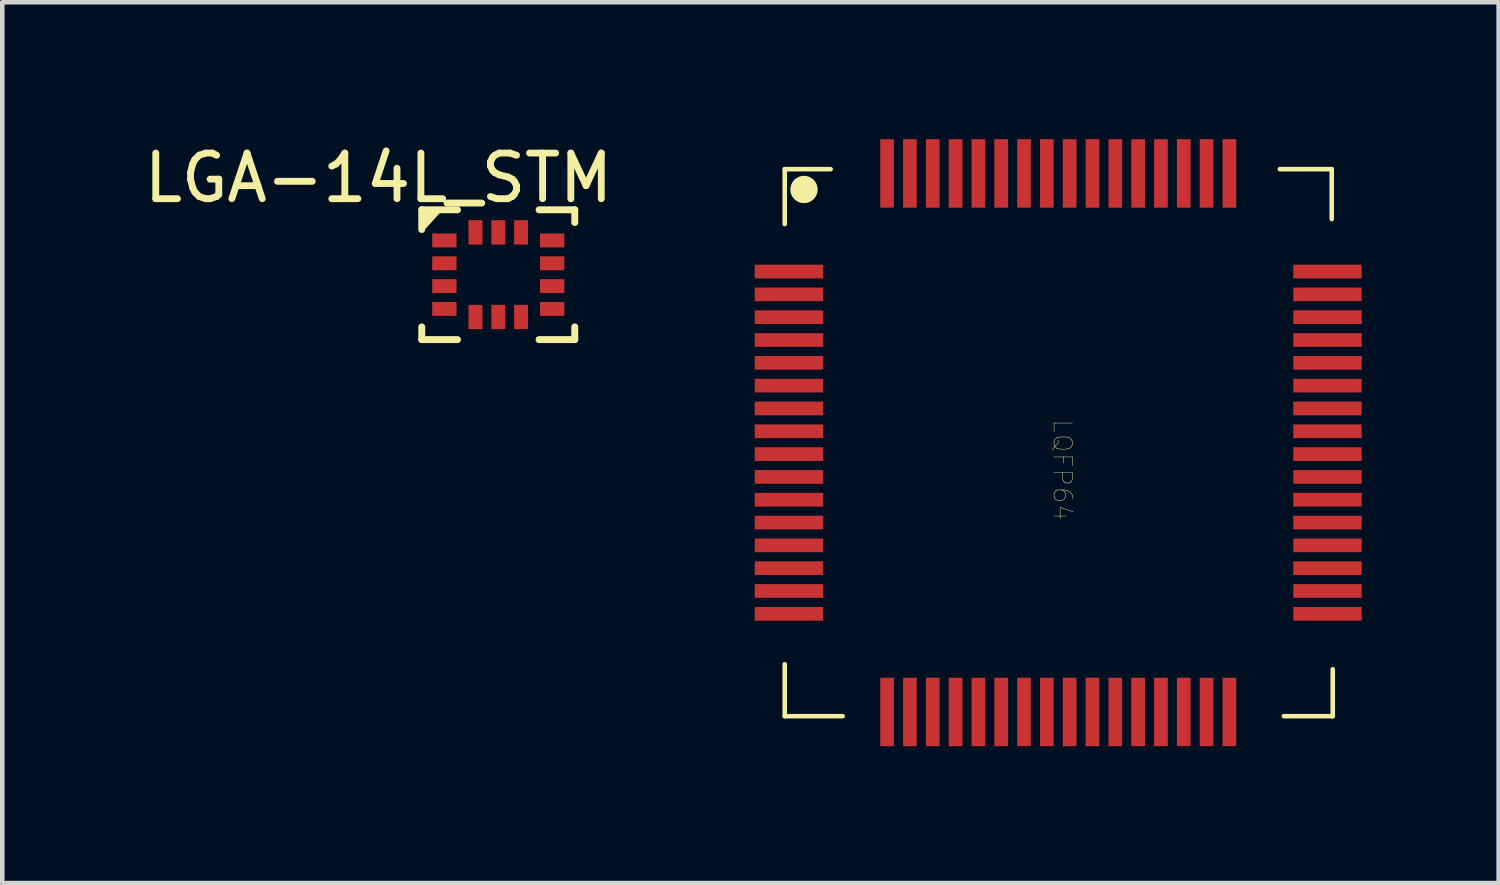
<source format=kicad_pcb>
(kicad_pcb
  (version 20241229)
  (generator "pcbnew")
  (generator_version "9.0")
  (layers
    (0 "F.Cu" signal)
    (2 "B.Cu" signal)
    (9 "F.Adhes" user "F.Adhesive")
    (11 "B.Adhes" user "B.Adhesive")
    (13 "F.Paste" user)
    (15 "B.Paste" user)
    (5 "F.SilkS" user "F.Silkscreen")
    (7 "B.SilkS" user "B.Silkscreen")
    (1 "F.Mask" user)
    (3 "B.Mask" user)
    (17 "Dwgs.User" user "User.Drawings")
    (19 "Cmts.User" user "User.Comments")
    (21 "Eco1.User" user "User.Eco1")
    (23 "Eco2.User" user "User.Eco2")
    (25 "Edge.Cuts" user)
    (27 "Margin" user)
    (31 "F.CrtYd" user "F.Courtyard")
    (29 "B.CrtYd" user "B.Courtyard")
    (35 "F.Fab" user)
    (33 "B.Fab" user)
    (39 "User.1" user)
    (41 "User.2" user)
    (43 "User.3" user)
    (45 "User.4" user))
  (footprint "LGA-14L_STM"
    (layer "F.Cu")
    (at 7.868 2.969)
    (property "Reference" "LGA-14L_STM" (at -2.624 -2.12 0) (unlocked yes) (layer "F.SilkS") (effects (font (size 1 1) (thickness 0.15))))
    (attr smd)
    (fp_line (start -1.676 -1.422) (end -1.677 -0.99) (stroke (width 0.152) (type solid)) (layer "F.SilkS"))
    (fp_line (start -1.676 1.144) (end -1.676 1.422) (stroke (width 0.152) (type solid)) (layer "F.SilkS"))
    (fp_line (start -1.676 1.422) (end -0.894 1.422) (stroke (width 0.152) (type solid)) (layer "F.SilkS"))
    (fp_line (start -0.894 -1.422) (end -1.676 -1.422) (stroke (width 0.152) (type solid)) (layer "F.SilkS"))
    (fp_line (start 0.894 1.422) (end 1.676 1.422) (stroke (width 0.152) (type solid)) (layer "F.SilkS"))
    (fp_line (start 1.676 -1.422) (end 0.894 -1.422) (stroke (width 0.152) (type solid)) (layer "F.SilkS"))
    (fp_line (start 1.676 -1.144) (end 1.676 -1.422) (stroke (width 0.152) (type solid)) (layer "F.SilkS"))
    (fp_line (start 1.676 1.422) (end 1.676 1.144) (stroke (width 0.152) (type solid)) (layer "F.SilkS"))
    (fp_poly (pts (xy -1.676 -1.422) (xy -1.285 -1.422) (xy -1.677 -0.99)) (stroke (width 0.1) (type solid)) (fill yes) (layer "F.SilkS"))
    (pad "1" smd rect (at -1.181 -0.75 90) (size 0.305 0.533) (layers "F.Cu" "F.Mask" "F.Paste"))
    (pad "2" smd rect (at -1.181 -0.25 90) (size 0.305 0.533) (layers "F.Cu" "F.Mask" "F.Paste"))
    (pad "3" smd rect (at -1.181 0.25 90) (size 0.305 0.533) (layers "F.Cu" "F.Mask" "F.Paste"))
    (pad "4" smd rect (at -1.181 0.75 90) (size 0.305 0.533) (layers "F.Cu" "F.Mask" "F.Paste"))
    (pad "5" smd rect (at -0.5 0.927) (size 0.305 0.533) (layers "F.Cu" "F.Mask" "F.Paste"))
    (pad "6" smd rect (at 0 0.927) (size 0.305 0.533) (layers "F.Cu" "F.Mask" "F.Paste"))
    (pad "7" smd rect (at 0.5 0.927) (size 0.305 0.533) (layers "F.Cu" "F.Mask" "F.Paste"))
    (pad "8" smd rect (at 1.181 0.75 90) (size 0.305 0.533) (layers "F.Cu" "F.Mask" "F.Paste"))
    (pad "9" smd rect (at 1.181 0.25 90) (size 0.305 0.533) (layers "F.Cu" "F.Mask" "F.Paste"))
    (pad "10" smd rect (at 1.181 -0.25 90) (size 0.305 0.533) (layers "F.Cu" "F.Mask" "F.Paste"))
    (pad "11" smd rect (at 1.181 -0.75 90) (size 0.305 0.533) (layers "F.Cu" "F.Mask" "F.Paste"))
    (pad "12" smd rect (at 0.5 -0.927) (size 0.305 0.533) (layers "F.Cu" "F.Mask" "F.Paste"))
    (pad "13" smd rect (at 0 -0.927) (size 0.305 0.533) (layers "F.Cu" "F.Mask" "F.Paste"))
    (pad "14" smd rect (at -0.5 -0.927) (size 0.305 0.533) (layers "F.Cu" "F.Mask" "F.Paste")))
  (footprint "LQFP64"
    (layer "F.Cu")
    (at 20.138 6.65)
    (property "Reference" "LQFP64" (at -0.141 -0.532 270) (unlocked yes) (layer "F.SilkS") (effects (font (size 0.4 0.4) (thickness 0.01)) (justify left bottom)))
    (fp_line (start -5.993 -5.993) (end -4.987 -5.993) (stroke (width 0.1) (type default)) (layer "F.SilkS"))
    (fp_line (start -5.993 -4.79) (end -5.993 -5.993) (stroke (width 0.1) (type default)) (layer "F.SilkS"))
    (fp_line (start -5.993 4.855) (end -5.993 5.993) (stroke (width 0.1) (type default)) (layer "F.SilkS"))
    (fp_line (start -5.993 5.993) (end -4.724 5.993) (stroke (width 0.1) (type default)) (layer "F.SilkS"))
    (fp_line (start 4.855 -5.993) (end 5.993 -5.993) (stroke (width 0.1) (type default)) (layer "F.SilkS"))
    (fp_line (start 5.993 -5.993) (end 5.993 -4.899) (stroke (width 0.1) (type default)) (layer "F.SilkS"))
    (fp_line (start 6.015 4.965) (end 6.015 5.993) (stroke (width 0.1) (type default)) (layer "F.SilkS"))
    (fp_line (start 6.015 5.993) (end 4.943 5.993) (stroke (width 0.1) (type default)) (layer "F.SilkS"))
    (fp_circle (center -5.571 -5.548) (end -5.321 -5.548) (stroke (width 0.1) (type solid)) (fill yes) (layer "F.SilkS"))
    (fp_line (start -6 -6) (end -6 6) (stroke (width 0.05) (type solid)) (layer "User.5"))
    (fp_line (start -6 6) (end -6 6) (stroke (width 0.05) (type solid)) (layer "User.5"))
    (fp_line (start -6 -6) (end 6 -6) (stroke (width 0.05) (type solid)) (layer "User.5"))
    (fp_line (start -6 6) (end 6 6) (stroke (width 0.05) (type solid)) (layer "User.5"))
    (fp_line (start 6 -6) (end 6 6) (stroke (width 0.05) (type solid)) (layer "User.5"))
    (fp_text user "32" (at 4.913 5.438 270) (unlocked yes) (layer "User.5") (effects (font (face "Arial") (size 0.315 0.315) (thickness 0.254)) (justify left bottom)))
    (fp_text user "33" (at 5.523 4.498 270) (unlocked yes) (layer "User.5") (effects (font (face "Arial") (size 0.315 0.315) (thickness 0.254)) (justify left bottom)))
    (fp_text user "1" (at -5.78 -5.001 270) (unlocked yes) (layer "User.5") (effects (font (face "Arial") (size 0.315 0.315) (thickness 0.254)) (justify left bottom)))
    (fp_text user "17" (at -4.967 5.438 270) (unlocked yes) (layer "User.5") (effects (font (face "Arial") (size 0.315 0.315) (thickness 0.254)) (justify left bottom)))
    (fp_text user "16" (at -5.907 4.879 270) (unlocked yes) (layer "User.5") (effects (font (face "Arial") (size 0.315 0.315) (thickness 0.254)) (justify left bottom)))
    (fp_text user "49" (at 4.481 -5.789 270) (unlocked yes) (layer "User.5") (effects (font (face "Arial") (size 0.315 0.315) (thickness 0.254)) (justify left bottom)))
    (fp_text user "64" (at -5.018 -5.814 270) (unlocked yes) (layer "User.5") (effects (font (face "Arial") (size 0.315 0.315) (thickness 0.254)) (justify left bottom)))
    (fp_text user "48" (at 5.574 -4.595 270) (unlocked yes) (layer "User.5") (effects (font (face "Arial") (size 0.315 0.315) (thickness 0.254)) (justify left bottom)))
    (pad "1" smd rect (at -5.9 -3.75) (size 1.5 0.3) (layers "F.Cu" "F.Mask" "F.Paste"))
    (pad "2" smd rect (at -5.9 -3.25) (size 1.5 0.3) (layers "F.Cu" "F.Mask" "F.Paste"))
    (pad "3" smd rect (at -5.9 -2.75) (size 1.5 0.3) (layers "F.Cu" "F.Mask" "F.Paste"))
    (pad "4" smd rect (at -5.9 -2.25) (size 1.5 0.3) (layers "F.Cu" "F.Mask" "F.Paste"))
    (pad "5" smd rect (at -5.9 -1.75) (size 1.5 0.3) (layers "F.Cu" "F.Mask" "F.Paste"))
    (pad "6" smd rect (at -5.9 -1.25) (size 1.5 0.3) (layers "F.Cu" "F.Mask" "F.Paste"))
    (pad "7" smd rect (at -5.9 -0.75) (size 1.5 0.3) (layers "F.Cu" "F.Mask" "F.Paste"))
    (pad "8" smd rect (at -5.9 -0.25) (size 1.5 0.3) (layers "F.Cu" "F.Mask" "F.Paste"))
    (pad "9" smd rect (at -5.9 0.25) (size 1.5 0.3) (layers "F.Cu" "F.Mask" "F.Paste"))
    (pad "10" smd rect (at -5.9 0.75) (size 1.5 0.3) (layers "F.Cu" "F.Mask" "F.Paste"))
    (pad "11" smd rect (at -5.9 1.25) (size 1.5 0.3) (layers "F.Cu" "F.Mask" "F.Paste"))
    (pad "12" smd rect (at -5.9 1.75) (size 1.5 0.3) (layers "F.Cu" "F.Mask" "F.Paste"))
    (pad "13" smd rect (at -5.9 2.25) (size 1.5 0.3) (layers "F.Cu" "F.Mask" "F.Paste"))
    (pad "14" smd rect (at -5.9 2.75) (size 1.5 0.3) (layers "F.Cu" "F.Mask" "F.Paste"))
    (pad "15" smd rect (at -5.9 3.25) (size 1.5 0.3) (layers "F.Cu" "F.Mask" "F.Paste"))
    (pad "16" smd rect (at -5.9 3.75) (size 1.5 0.3) (layers "F.Cu" "F.Mask" "F.Paste"))
    (pad "17" smd rect (at -3.75 5.9 90) (size 1.5 0.3) (layers "F.Cu" "F.Mask" "F.Paste"))
    (pad "18" smd rect (at -3.25 5.9 90) (size 1.5 0.3) (layers "F.Cu" "F.Mask" "F.Paste"))
    (pad "19" smd rect (at -2.75 5.9 90) (size 1.5 0.3) (layers "F.Cu" "F.Mask" "F.Paste"))
    (pad "20" smd rect (at -2.25 5.9 90) (size 1.5 0.3) (layers "F.Cu" "F.Mask" "F.Paste"))
    (pad "21" smd rect (at -1.75 5.9 90) (size 1.5 0.3) (layers "F.Cu" "F.Mask" "F.Paste"))
    (pad "22" smd rect (at -1.25 5.9 90) (size 1.5 0.3) (layers "F.Cu" "F.Mask" "F.Paste"))
    (pad "23" smd rect (at -0.75 5.9 90) (size 1.5 0.3) (layers "F.Cu" "F.Mask" "F.Paste"))
    (pad "24" smd rect (at -0.25 5.9 90) (size 1.5 0.3) (layers "F.Cu" "F.Mask" "F.Paste"))
    (pad "25" smd rect (at 0.25 5.9 90) (size 1.5 0.3) (layers "F.Cu" "F.Mask" "F.Paste"))
    (pad "26" smd rect (at 0.75 5.9 90) (size 1.5 0.3) (layers "F.Cu" "F.Mask" "F.Paste"))
    (pad "27" smd rect (at 1.25 5.9 90) (size 1.5 0.3) (layers "F.Cu" "F.Mask" "F.Paste"))
    (pad "28" smd rect (at 1.75 5.9 90) (size 1.5 0.3) (layers "F.Cu" "F.Mask" "F.Paste"))
    (pad "29" smd rect (at 2.25 5.9 90) (size 1.5 0.3) (layers "F.Cu" "F.Mask" "F.Paste"))
    (pad "30" smd rect (at 2.75 5.9 90) (size 1.5 0.3) (layers "F.Cu" "F.Mask" "F.Paste"))
    (pad "31" smd rect (at 3.25 5.9 90) (size 1.5 0.3) (layers "F.Cu" "F.Mask" "F.Paste"))
    (pad "32" smd rect (at 3.75 5.9 90) (size 1.5 0.3) (layers "F.Cu" "F.Mask" "F.Paste"))
    (pad "33" smd rect (at 5.9 3.75) (size 1.5 0.3) (layers "F.Cu" "F.Mask" "F.Paste"))
    (pad "34" smd rect (at 5.9 3.25) (size 1.5 0.3) (layers "F.Cu" "F.Mask" "F.Paste"))
    (pad "35" smd rect (at 5.9 2.75) (size 1.5 0.3) (layers "F.Cu" "F.Mask" "F.Paste"))
    (pad "36" smd rect (at 5.9 2.25) (size 1.5 0.3) (layers "F.Cu" "F.Mask" "F.Paste"))
    (pad "37" smd rect (at 5.9 1.75) (size 1.5 0.3) (layers "F.Cu" "F.Mask" "F.Paste"))
    (pad "38" smd rect (at 5.9 1.25) (size 1.5 0.3) (layers "F.Cu" "F.Mask" "F.Paste"))
    (pad "39" smd rect (at 5.9 0.75) (size 1.5 0.3) (layers "F.Cu" "F.Mask" "F.Paste"))
    (pad "40" smd rect (at 5.9 0.25) (size 1.5 0.3) (layers "F.Cu" "F.Mask" "F.Paste"))
    (pad "41" smd rect (at 5.9 -0.25) (size 1.5 0.3) (layers "F.Cu" "F.Mask" "F.Paste"))
    (pad "42" smd rect (at 5.9 -0.75) (size 1.5 0.3) (layers "F.Cu" "F.Mask" "F.Paste"))
    (pad "43" smd rect (at 5.9 -1.25) (size 1.5 0.3) (layers "F.Cu" "F.Mask" "F.Paste"))
    (pad "44" smd rect (at 5.9 -1.75) (size 1.5 0.3) (layers "F.Cu" "F.Mask" "F.Paste"))
    (pad "45" smd rect (at 5.9 -2.25) (size 1.5 0.3) (layers "F.Cu" "F.Mask" "F.Paste"))
    (pad "46" smd rect (at 5.9 -2.75) (size 1.5 0.3) (layers "F.Cu" "F.Mask" "F.Paste"))
    (pad "47" smd rect (at 5.9 -3.25) (size 1.5 0.3) (layers "F.Cu" "F.Mask" "F.Paste"))
    (pad "48" smd rect (at 5.9 -3.75) (size 1.5 0.3) (layers "F.Cu" "F.Mask" "F.Paste"))
    (pad "49" smd rect (at 3.75 -5.9 90) (size 1.5 0.3) (layers "F.Cu" "F.Mask" "F.Paste"))
    (pad "50" smd rect (at 3.25 -5.9 90) (size 1.5 0.3) (layers "F.Cu" "F.Mask" "F.Paste"))
    (pad "51" smd rect (at 2.75 -5.9 90) (size 1.5 0.3) (layers "F.Cu" "F.Mask" "F.Paste"))
    (pad "52" smd rect (at 2.25 -5.9 90) (size 1.5 0.3) (layers "F.Cu" "F.Mask" "F.Paste"))
    (pad "53" smd rect (at 1.75 -5.9 90) (size 1.5 0.3) (layers "F.Cu" "F.Mask" "F.Paste"))
    (pad "54" smd rect (at 1.25 -5.9 90) (size 1.5 0.3) (layers "F.Cu" "F.Mask" "F.Paste"))
    (pad "55" smd rect (at 0.75 -5.9 90) (size 1.5 0.3) (layers "F.Cu" "F.Mask" "F.Paste"))
    (pad "56" smd rect (at 0.25 -5.9 90) (size 1.5 0.3) (layers "F.Cu" "F.Mask" "F.Paste"))
    (pad "57" smd rect (at -0.25 -5.9 90) (size 1.5 0.3) (layers "F.Cu" "F.Mask" "F.Paste"))
    (pad "58" smd rect (at -0.75 -5.9 90) (size 1.5 0.3) (layers "F.Cu" "F.Mask" "F.Paste"))
    (pad "59" smd rect (at -1.25 -5.9 90) (size 1.5 0.3) (layers "F.Cu" "F.Mask" "F.Paste"))
    (pad "60" smd rect (at -1.75 -5.9 90) (size 1.5 0.3) (layers "F.Cu" "F.Mask" "F.Paste"))
    (pad "61" smd rect (at -2.25 -5.9 90) (size 1.5 0.3) (layers "F.Cu" "F.Mask" "F.Paste"))
    (pad "62" smd rect (at -2.75 -5.9 90) (size 1.5 0.3) (layers "F.Cu" "F.Mask" "F.Paste"))
    (pad "63" smd rect (at -3.25 -5.9 90) (size 1.5 0.3) (layers "F.Cu" "F.Mask" "F.Paste"))
    (pad "64" smd rect (at -3.75 -5.9 90) (size 1.5 0.3) (layers "F.Cu" "F.Mask" "F.Paste")))
  (gr_rect
    (start -3 -3)
    (end 29.788 16.3)
    (stroke (width 0.1) (type default))
    (fill no)
    (layer "Edge.Cuts")))
</source>
